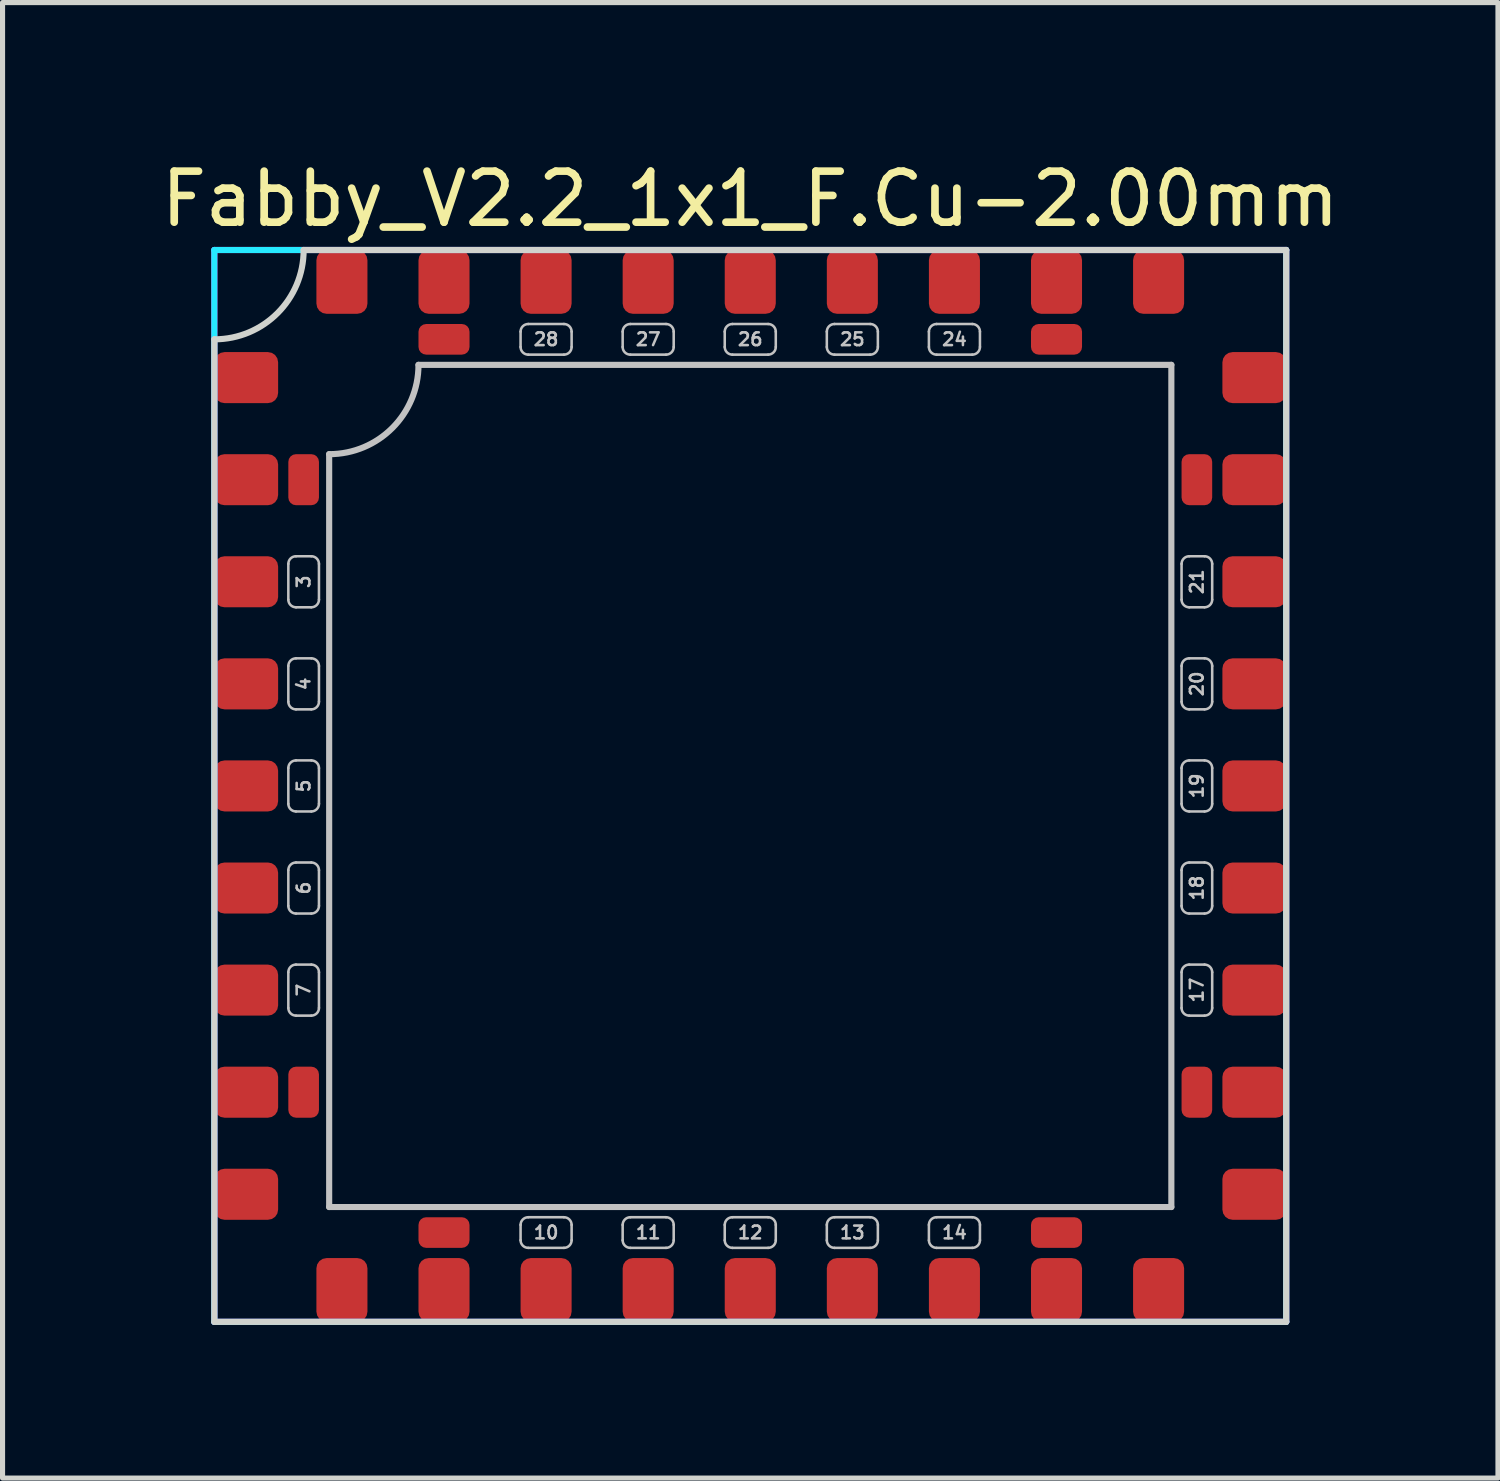
<source format=kicad_pcb>
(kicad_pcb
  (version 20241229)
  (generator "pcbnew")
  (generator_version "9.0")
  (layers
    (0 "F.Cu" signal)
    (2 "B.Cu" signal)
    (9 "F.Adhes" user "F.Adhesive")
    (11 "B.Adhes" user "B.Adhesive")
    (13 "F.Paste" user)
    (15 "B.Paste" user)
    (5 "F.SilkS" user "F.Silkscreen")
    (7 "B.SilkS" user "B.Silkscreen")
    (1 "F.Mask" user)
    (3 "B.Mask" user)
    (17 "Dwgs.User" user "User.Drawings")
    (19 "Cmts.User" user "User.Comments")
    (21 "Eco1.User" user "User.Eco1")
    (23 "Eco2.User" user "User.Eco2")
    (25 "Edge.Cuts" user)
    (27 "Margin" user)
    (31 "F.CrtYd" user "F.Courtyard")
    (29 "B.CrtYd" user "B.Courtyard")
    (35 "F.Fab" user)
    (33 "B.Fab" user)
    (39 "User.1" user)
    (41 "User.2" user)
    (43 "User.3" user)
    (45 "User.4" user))
  (footprint "Fabby_V2.2_1x1_F.Cu-2.00mm"
    (layer "F.Cu")
    (at 11.649 12.348)
    (property "Reference" "Fabby_V2.2_1x1_F.Cu-2.00mm" (at 0 -11.5 0) (layer "F.SilkS") (effects (font (size 1 1) (thickness 0.15))))
    (attr through_hole)
    (fp_line (start -9.05 -3.65) (end -9.05 -4.35) (stroke (width 0.05) (type solid)) (layer "Dwgs.User"))
    (fp_line (start -9.05 -1.65) (end -9.05 -2.35) (stroke (width 0.05) (type solid)) (layer "Dwgs.User"))
    (fp_line (start -9.05 0.35) (end -9.05 -0.35) (stroke (width 0.05) (type solid)) (layer "Dwgs.User"))
    (fp_line (start -9.05 2.35) (end -9.05 1.65) (stroke (width 0.05) (type solid)) (layer "Dwgs.User"))
    (fp_line (start -9.05 4.35) (end -9.05 3.65) (stroke (width 0.05) (type solid)) (layer "Dwgs.User"))
    (fp_line (start -8.9 -4.5) (end -8.6 -4.5) (stroke (width 0.05) (type solid)) (layer "Dwgs.User"))
    (fp_line (start -8.9 -3.5) (end -8.6 -3.5) (stroke (width 0.05) (type solid)) (layer "Dwgs.User"))
    (fp_line (start -8.9 -2.5) (end -8.6 -2.5) (stroke (width 0.05) (type solid)) (layer "Dwgs.User"))
    (fp_line (start -8.9 -1.5) (end -8.6 -1.5) (stroke (width 0.05) (type solid)) (layer "Dwgs.User"))
    (fp_line (start -8.9 -0.5) (end -8.6 -0.5) (stroke (width 0.05) (type solid)) (layer "Dwgs.User"))
    (fp_line (start -8.9 0.5) (end -8.6 0.5) (stroke (width 0.05) (type solid)) (layer "Dwgs.User"))
    (fp_line (start -8.9 1.5) (end -8.6 1.5) (stroke (width 0.05) (type solid)) (layer "Dwgs.User"))
    (fp_line (start -8.9 2.5) (end -8.6 2.5) (stroke (width 0.05) (type solid)) (layer "Dwgs.User"))
    (fp_line (start -8.9 3.5) (end -8.6 3.5) (stroke (width 0.05) (type solid)) (layer "Dwgs.User"))
    (fp_line (start -8.9 4.5) (end -8.6 4.5) (stroke (width 0.05) (type solid)) (layer "Dwgs.User"))
    (fp_line (start -8.45 -3.65) (end -8.45 -4.35) (stroke (width 0.05) (type solid)) (layer "Dwgs.User"))
    (fp_line (start -8.45 -1.65) (end -8.45 -2.35) (stroke (width 0.05) (type solid)) (layer "Dwgs.User"))
    (fp_line (start -8.45 0.35) (end -8.45 -0.35) (stroke (width 0.05) (type solid)) (layer "Dwgs.User"))
    (fp_line (start -8.45 2.35) (end -8.45 1.65) (stroke (width 0.05) (type solid)) (layer "Dwgs.User"))
    (fp_line (start -8.45 4.35) (end -8.45 3.65) (stroke (width 0.05) (type solid)) (layer "Dwgs.User"))
    (fp_line (start -8.25 8.25) (end -8.25 -6.5) (stroke (width 0.12) (type solid)) (layer "Dwgs.User"))
    (fp_line (start -6.5 -8.25) (end 8.25 -8.25) (stroke (width 0.12) (type solid)) (layer "Dwgs.User"))
    (fp_line (start -4.5 -8.9) (end -4.5 -8.6) (stroke (width 0.05) (type solid)) (layer "Dwgs.User"))
    (fp_line (start -4.5 8.6) (end -4.5 8.9) (stroke (width 0.05) (type solid)) (layer "Dwgs.User"))
    (fp_line (start -4.35 -9.05) (end -3.65 -9.05) (stroke (width 0.05) (type solid)) (layer "Dwgs.User"))
    (fp_line (start -4.35 -8.45) (end -3.65 -8.45) (stroke (width 0.05) (type solid)) (layer "Dwgs.User"))
    (fp_line (start -4.35 8.45) (end -3.65 8.45) (stroke (width 0.05) (type solid)) (layer "Dwgs.User"))
    (fp_line (start -4.35 9.05) (end -3.65 9.05) (stroke (width 0.05) (type solid)) (layer "Dwgs.User"))
    (fp_line (start -3.5 -8.9) (end -3.5 -8.6) (stroke (width 0.05) (type solid)) (layer "Dwgs.User"))
    (fp_line (start -3.5 8.6) (end -3.5 8.9) (stroke (width 0.05) (type solid)) (layer "Dwgs.User"))
    (fp_line (start -2.5 -8.9) (end -2.5 -8.6) (stroke (width 0.05) (type solid)) (layer "Dwgs.User"))
    (fp_line (start -2.5 8.6) (end -2.5 8.9) (stroke (width 0.05) (type solid)) (layer "Dwgs.User"))
    (fp_line (start -2.35 -9.05) (end -1.65 -9.05) (stroke (width 0.05) (type solid)) (layer "Dwgs.User"))
    (fp_line (start -2.35 -8.45) (end -1.65 -8.45) (stroke (width 0.05) (type solid)) (layer "Dwgs.User"))
    (fp_line (start -2.35 8.45) (end -1.65 8.45) (stroke (width 0.05) (type solid)) (layer "Dwgs.User"))
    (fp_line (start -2.35 9.05) (end -1.65 9.05) (stroke (width 0.05) (type solid)) (layer "Dwgs.User"))
    (fp_line (start -1.5 -8.9) (end -1.5 -8.6) (stroke (width 0.05) (type solid)) (layer "Dwgs.User"))
    (fp_line (start -1.5 8.6) (end -1.5 8.9) (stroke (width 0.05) (type solid)) (layer "Dwgs.User"))
    (fp_line (start -0.5 -8.9) (end -0.5 -8.6) (stroke (width 0.05) (type solid)) (layer "Dwgs.User"))
    (fp_line (start -0.5 8.6) (end -0.5 8.9) (stroke (width 0.05) (type solid)) (layer "Dwgs.User"))
    (fp_line (start -0.35 -9.05) (end 0.35 -9.05) (stroke (width 0.05) (type solid)) (layer "Dwgs.User"))
    (fp_line (start -0.35 -8.45) (end 0.35 -8.45) (stroke (width 0.05) (type solid)) (layer "Dwgs.User"))
    (fp_line (start -0.35 8.45) (end 0.35 8.45) (stroke (width 0.05) (type solid)) (layer "Dwgs.User"))
    (fp_line (start -0.35 9.05) (end 0.35 9.05) (stroke (width 0.05) (type solid)) (layer "Dwgs.User"))
    (fp_line (start 0.5 -8.9) (end 0.5 -8.6) (stroke (width 0.05) (type solid)) (layer "Dwgs.User"))
    (fp_line (start 0.5 8.6) (end 0.5 8.9) (stroke (width 0.05) (type solid)) (layer "Dwgs.User"))
    (fp_line (start 1.5 -8.9) (end 1.5 -8.6) (stroke (width 0.05) (type solid)) (layer "Dwgs.User"))
    (fp_line (start 1.5 8.6) (end 1.5 8.9) (stroke (width 0.05) (type solid)) (layer "Dwgs.User"))
    (fp_line (start 1.65 -9.05) (end 2.35 -9.05) (stroke (width 0.05) (type solid)) (layer "Dwgs.User"))
    (fp_line (start 1.65 -8.45) (end 2.35 -8.45) (stroke (width 0.05) (type solid)) (layer "Dwgs.User"))
    (fp_line (start 1.65 8.45) (end 2.35 8.45) (stroke (width 0.05) (type solid)) (layer "Dwgs.User"))
    (fp_line (start 1.65 9.05) (end 2.35 9.05) (stroke (width 0.05) (type solid)) (layer "Dwgs.User"))
    (fp_line (start 2.5 -8.9) (end 2.5 -8.6) (stroke (width 0.05) (type solid)) (layer "Dwgs.User"))
    (fp_line (start 2.5 8.6) (end 2.5 8.9) (stroke (width 0.05) (type solid)) (layer "Dwgs.User"))
    (fp_line (start 3.5 -8.9) (end 3.5 -8.6) (stroke (width 0.05) (type solid)) (layer "Dwgs.User"))
    (fp_line (start 3.5 8.6) (end 3.5 8.9) (stroke (width 0.05) (type solid)) (layer "Dwgs.User"))
    (fp_line (start 3.65 -9.05) (end 4.35 -9.05) (stroke (width 0.05) (type solid)) (layer "Dwgs.User"))
    (fp_line (start 3.65 -8.45) (end 4.35 -8.45) (stroke (width 0.05) (type solid)) (layer "Dwgs.User"))
    (fp_line (start 3.65 8.45) (end 4.35 8.45) (stroke (width 0.05) (type solid)) (layer "Dwgs.User"))
    (fp_line (start 3.65 9.05) (end 4.35 9.05) (stroke (width 0.05) (type solid)) (layer "Dwgs.User"))
    (fp_line (start 4.5 -8.9) (end 4.5 -8.6) (stroke (width 0.05) (type solid)) (layer "Dwgs.User"))
    (fp_line (start 4.5 8.6) (end 4.5 8.9) (stroke (width 0.05) (type solid)) (layer "Dwgs.User"))
    (fp_line (start 8.25 -8.25) (end 8.25 8.25) (stroke (width 0.12) (type solid)) (layer "Dwgs.User"))
    (fp_line (start 8.25 8.25) (end -8.25 8.25) (stroke (width 0.12) (type solid)) (layer "Dwgs.User"))
    (fp_line (start 8.45 -4.35) (end 8.45 -3.65) (stroke (width 0.05) (type solid)) (layer "Dwgs.User"))
    (fp_line (start 8.45 -2.35) (end 8.45 -1.65) (stroke (width 0.05) (type solid)) (layer "Dwgs.User"))
    (fp_line (start 8.45 -0.35) (end 8.45 0.35) (stroke (width 0.05) (type solid)) (layer "Dwgs.User"))
    (fp_line (start 8.45 1.65) (end 8.45 2.35) (stroke (width 0.05) (type solid)) (layer "Dwgs.User"))
    (fp_line (start 8.45 3.65) (end 8.45 4.35) (stroke (width 0.05) (type solid)) (layer "Dwgs.User"))
    (fp_line (start 8.9 -4.5) (end 8.6 -4.5) (stroke (width 0.05) (type solid)) (layer "Dwgs.User"))
    (fp_line (start 8.9 -3.5) (end 8.6 -3.5) (stroke (width 0.05) (type solid)) (layer "Dwgs.User"))
    (fp_line (start 8.9 -2.5) (end 8.6 -2.5) (stroke (width 0.05) (type solid)) (layer "Dwgs.User"))
    (fp_line (start 8.9 -1.5) (end 8.6 -1.5) (stroke (width 0.05) (type solid)) (layer "Dwgs.User"))
    (fp_line (start 8.9 -0.5) (end 8.6 -0.5) (stroke (width 0.05) (type solid)) (layer "Dwgs.User"))
    (fp_line (start 8.9 0.5) (end 8.6 0.5) (stroke (width 0.05) (type solid)) (layer "Dwgs.User"))
    (fp_line (start 8.9 1.5) (end 8.6 1.5) (stroke (width 0.05) (type solid)) (layer "Dwgs.User"))
    (fp_line (start 8.9 2.5) (end 8.6 2.5) (stroke (width 0.05) (type solid)) (layer "Dwgs.User"))
    (fp_line (start 8.9 3.5) (end 8.6 3.5) (stroke (width 0.05) (type solid)) (layer "Dwgs.User"))
    (fp_line (start 8.9 4.5) (end 8.6 4.5) (stroke (width 0.05) (type solid)) (layer "Dwgs.User"))
    (fp_line (start 9.05 -4.35) (end 9.05 -3.65) (stroke (width 0.05) (type solid)) (layer "Dwgs.User"))
    (fp_line (start 9.05 -2.35) (end 9.05 -1.65) (stroke (width 0.05) (type solid)) (layer "Dwgs.User"))
    (fp_line (start 9.05 -0.35) (end 9.05 0.35) (stroke (width 0.05) (type solid)) (layer "Dwgs.User"))
    (fp_line (start 9.05 1.65) (end 9.05 2.35) (stroke (width 0.05) (type solid)) (layer "Dwgs.User"))
    (fp_line (start 9.05 3.65) (end 9.05 4.35) (stroke (width 0.05) (type solid)) (layer "Dwgs.User"))
    (fp_arc (start -9.05 -4.35) (mid -9.006066 -4.456066) (end -8.9 -4.5) (stroke (width 0.05) (type solid)) (layer "Dwgs.User"))
    (fp_arc (start -9.05 -2.35) (mid -9.006066 -2.456066) (end -8.9 -2.5) (stroke (width 0.05) (type solid)) (layer "Dwgs.User"))
    (fp_arc (start -9.05 -0.35) (mid -9.006066 -0.456066) (end -8.9 -0.5) (stroke (width 0.05) (type solid)) (layer "Dwgs.User"))
    (fp_arc (start -9.05 1.65) (mid -9.006066 1.543934) (end -8.9 1.5) (stroke (width 0.05) (type solid)) (layer "Dwgs.User"))
    (fp_arc (start -9.05 3.65) (mid -9.006066 3.543934) (end -8.9 3.5) (stroke (width 0.05) (type solid)) (layer "Dwgs.User"))
    (fp_arc (start -8.9 -3.5) (mid -9.006066 -3.543934) (end -9.05 -3.65) (stroke (width 0.05) (type solid)) (layer "Dwgs.User"))
    (fp_arc (start -8.9 -1.5) (mid -9.006066 -1.543934) (end -9.05 -1.65) (stroke (width 0.05) (type solid)) (layer "Dwgs.User"))
    (fp_arc (start -8.9 0.5) (mid -9.006066 0.456066) (end -9.05 0.35) (stroke (width 0.05) (type solid)) (layer "Dwgs.User"))
    (fp_arc (start -8.9 2.5) (mid -9.006066 2.456066) (end -9.05 2.35) (stroke (width 0.05) (type solid)) (layer "Dwgs.User"))
    (fp_arc (start -8.9 4.5) (mid -9.006066 4.456066) (end -9.05 4.35) (stroke (width 0.05) (type solid)) (layer "Dwgs.User"))
    (fp_arc (start -8.6 -4.5) (mid -8.493934 -4.456066) (end -8.45 -4.35) (stroke (width 0.05) (type solid)) (layer "Dwgs.User"))
    (fp_arc (start -8.6 -2.5) (mid -8.493934 -2.456066) (end -8.45 -2.35) (stroke (width 0.05) (type solid)) (layer "Dwgs.User"))
    (fp_arc (start -8.6 -0.5) (mid -8.493934 -0.456066) (end -8.45 -0.35) (stroke (width 0.05) (type solid)) (layer "Dwgs.User"))
    (fp_arc (start -8.6 1.5) (mid -8.493934 1.543934) (end -8.45 1.65) (stroke (width 0.05) (type solid)) (layer "Dwgs.User"))
    (fp_arc (start -8.6 3.5) (mid -8.493934 3.543934) (end -8.45 3.65) (stroke (width 0.05) (type solid)) (layer "Dwgs.User"))
    (fp_arc (start -8.45 -3.65) (mid -8.493934 -3.543934) (end -8.6 -3.5) (stroke (width 0.05) (type solid)) (layer "Dwgs.User"))
    (fp_arc (start -8.45 -1.65) (mid -8.493934 -1.543934) (end -8.6 -1.5) (stroke (width 0.05) (type solid)) (layer "Dwgs.User"))
    (fp_arc (start -8.45 0.35) (mid -8.493934 0.456066) (end -8.6 0.5) (stroke (width 0.05) (type solid)) (layer "Dwgs.User"))
    (fp_arc (start -8.45 2.35) (mid -8.493934 2.456066) (end -8.6 2.5) (stroke (width 0.05) (type solid)) (layer "Dwgs.User"))
    (fp_arc (start -8.45 4.35) (mid -8.493934 4.456066) (end -8.6 4.5) (stroke (width 0.05) (type solid)) (layer "Dwgs.User"))
    (fp_arc (start -6.5 -8.25) (mid -7.012563 -7.012563) (end -8.25 -6.5) (stroke (width 0.12) (type solid)) (layer "Dwgs.User"))
    (fp_arc (start -4.5 -8.9) (mid -4.456066 -9.006066) (end -4.35 -9.05) (stroke (width 0.05) (type solid)) (layer "Dwgs.User"))
    (fp_arc (start -4.5 8.6) (mid -4.456066 8.493934) (end -4.35 8.45) (stroke (width 0.05) (type solid)) (layer "Dwgs.User"))
    (fp_arc (start -4.35 -8.45) (mid -4.456066 -8.493934) (end -4.5 -8.6) (stroke (width 0.05) (type solid)) (layer "Dwgs.User"))
    (fp_arc (start -4.35 9.05) (mid -4.456066 9.006066) (end -4.5 8.9) (stroke (width 0.05) (type solid)) (layer "Dwgs.User"))
    (fp_arc (start -3.65 -9.05) (mid -3.543934 -9.006066) (end -3.5 -8.9) (stroke (width 0.05) (type solid)) (layer "Dwgs.User"))
    (fp_arc (start -3.65 8.45) (mid -3.543934 8.493934) (end -3.5 8.6) (stroke (width 0.05) (type solid)) (layer "Dwgs.User"))
    (fp_arc (start -3.5 -8.6) (mid -3.543934 -8.493934) (end -3.65 -8.45) (stroke (width 0.05) (type solid)) (layer "Dwgs.User"))
    (fp_arc (start -3.5 8.9) (mid -3.543934 9.006066) (end -3.65 9.05) (stroke (width 0.05) (type solid)) (layer "Dwgs.User"))
    (fp_arc (start -2.5 -8.9) (mid -2.456066 -9.006066) (end -2.35 -9.05) (stroke (width 0.05) (type solid)) (layer "Dwgs.User"))
    (fp_arc (start -2.5 8.6) (mid -2.456066 8.493934) (end -2.35 8.45) (stroke (width 0.05) (type solid)) (layer "Dwgs.User"))
    (fp_arc (start -2.35 -8.45) (mid -2.456066 -8.493934) (end -2.5 -8.6) (stroke (width 0.05) (type solid)) (layer "Dwgs.User"))
    (fp_arc (start -2.35 9.05) (mid -2.456066 9.006066) (end -2.5 8.9) (stroke (width 0.05) (type solid)) (layer "Dwgs.User"))
    (fp_arc (start -1.65 -9.05) (mid -1.543934 -9.006066) (end -1.5 -8.9) (stroke (width 0.05) (type solid)) (layer "Dwgs.User"))
    (fp_arc (start -1.65 8.45) (mid -1.543934 8.493934) (end -1.5 8.6) (stroke (width 0.05) (type solid)) (layer "Dwgs.User"))
    (fp_arc (start -1.5 -8.6) (mid -1.543934 -8.493934) (end -1.65 -8.45) (stroke (width 0.05) (type solid)) (layer "Dwgs.User"))
    (fp_arc (start -1.5 8.9) (mid -1.543934 9.006066) (end -1.65 9.05) (stroke (width 0.05) (type solid)) (layer "Dwgs.User"))
    (fp_arc (start -0.5 -8.9) (mid -0.456066 -9.006066) (end -0.35 -9.05) (stroke (width 0.05) (type solid)) (layer "Dwgs.User"))
    (fp_arc (start -0.5 8.6) (mid -0.456066 8.493934) (end -0.35 8.45) (stroke (width 0.05) (type solid)) (layer "Dwgs.User"))
    (fp_arc (start -0.35 -8.45) (mid -0.456066 -8.493934) (end -0.5 -8.6) (stroke (width 0.05) (type solid)) (layer "Dwgs.User"))
    (fp_arc (start -0.35 9.05) (mid -0.456066 9.006066) (end -0.5 8.9) (stroke (width 0.05) (type solid)) (layer "Dwgs.User"))
    (fp_arc (start 0.35 -9.05) (mid 0.456066 -9.006066) (end 0.5 -8.9) (stroke (width 0.05) (type solid)) (layer "Dwgs.User"))
    (fp_arc (start 0.35 8.45) (mid 0.456066 8.493934) (end 0.5 8.6) (stroke (width 0.05) (type solid)) (layer "Dwgs.User"))
    (fp_arc (start 0.5 -8.6) (mid 0.456066 -8.493934) (end 0.35 -8.45) (stroke (width 0.05) (type solid)) (layer "Dwgs.User"))
    (fp_arc (start 0.5 8.9) (mid 0.456066 9.006066) (end 0.35 9.05) (stroke (width 0.05) (type solid)) (layer "Dwgs.User"))
    (fp_arc (start 1.5 -8.9) (mid 1.543934 -9.006066) (end 1.65 -9.05) (stroke (width 0.05) (type solid)) (layer "Dwgs.User"))
    (fp_arc (start 1.5 8.6) (mid 1.543934 8.493934) (end 1.65 8.45) (stroke (width 0.05) (type solid)) (layer "Dwgs.User"))
    (fp_arc (start 1.65 -8.45) (mid 1.543934 -8.493934) (end 1.5 -8.6) (stroke (width 0.05) (type solid)) (layer "Dwgs.User"))
    (fp_arc (start 1.65 9.05) (mid 1.543934 9.006066) (end 1.5 8.9) (stroke (width 0.05) (type solid)) (layer "Dwgs.User"))
    (fp_arc (start 2.35 -9.05) (mid 2.456066 -9.006066) (end 2.5 -8.9) (stroke (width 0.05) (type solid)) (layer "Dwgs.User"))
    (fp_arc (start 2.35 8.45) (mid 2.456066 8.493934) (end 2.5 8.6) (stroke (width 0.05) (type solid)) (layer "Dwgs.User"))
    (fp_arc (start 2.5 -8.6) (mid 2.456066 -8.493934) (end 2.35 -8.45) (stroke (width 0.05) (type solid)) (layer "Dwgs.User"))
    (fp_arc (start 2.5 8.9) (mid 2.456066 9.006066) (end 2.35 9.05) (stroke (width 0.05) (type solid)) (layer "Dwgs.User"))
    (fp_arc (start 3.5 -8.9) (mid 3.543934 -9.006066) (end 3.65 -9.05) (stroke (width 0.05) (type solid)) (layer "Dwgs.User"))
    (fp_arc (start 3.5 8.6) (mid 3.543934 8.493934) (end 3.65 8.45) (stroke (width 0.05) (type solid)) (layer "Dwgs.User"))
    (fp_arc (start 3.65 -8.45) (mid 3.543934 -8.493934) (end 3.5 -8.6) (stroke (width 0.05) (type solid)) (layer "Dwgs.User"))
    (fp_arc (start 3.65 9.05) (mid 3.543934 9.006066) (end 3.5 8.9) (stroke (width 0.05) (type solid)) (layer "Dwgs.User"))
    (fp_arc (start 4.35 -9.05) (mid 4.456066 -9.006066) (end 4.5 -8.9) (stroke (width 0.05) (type solid)) (layer "Dwgs.User"))
    (fp_arc (start 4.35 8.45) (mid 4.456066 8.493934) (end 4.5 8.6) (stroke (width 0.05) (type solid)) (layer "Dwgs.User"))
    (fp_arc (start 4.5 -8.6) (mid 4.456066 -8.493934) (end 4.35 -8.45) (stroke (width 0.05) (type solid)) (layer "Dwgs.User"))
    (fp_arc (start 4.5 8.9) (mid 4.456066 9.006066) (end 4.35 9.05) (stroke (width 0.05) (type solid)) (layer "Dwgs.User"))
    (fp_arc (start 8.45 -4.35) (mid 8.493934 -4.456066) (end 8.6 -4.5) (stroke (width 0.05) (type solid)) (layer "Dwgs.User"))
    (fp_arc (start 8.45 -2.35) (mid 8.493934 -2.456066) (end 8.6 -2.5) (stroke (width 0.05) (type solid)) (layer "Dwgs.User"))
    (fp_arc (start 8.45 -0.35) (mid 8.493934 -0.456066) (end 8.6 -0.5) (stroke (width 0.05) (type solid)) (layer "Dwgs.User"))
    (fp_arc (start 8.45 1.65) (mid 8.493934 1.543934) (end 8.6 1.5) (stroke (width 0.05) (type solid)) (layer "Dwgs.User"))
    (fp_arc (start 8.45 3.65) (mid 8.493934 3.543934) (end 8.6 3.5) (stroke (width 0.05) (type solid)) (layer "Dwgs.User"))
    (fp_arc (start 8.6 -3.5) (mid 8.493934 -3.543934) (end 8.45 -3.65) (stroke (width 0.05) (type solid)) (layer "Dwgs.User"))
    (fp_arc (start 8.6 -1.5) (mid 8.493934 -1.543934) (end 8.45 -1.65) (stroke (width 0.05) (type solid)) (layer "Dwgs.User"))
    (fp_arc (start 8.6 0.5) (mid 8.493934 0.456066) (end 8.45 0.35) (stroke (width 0.05) (type solid)) (layer "Dwgs.User"))
    (fp_arc (start 8.6 2.5) (mid 8.493934 2.456066) (end 8.45 2.35) (stroke (width 0.05) (type solid)) (layer "Dwgs.User"))
    (fp_arc (start 8.6 4.5) (mid 8.493934 4.456066) (end 8.45 4.35) (stroke (width 0.05) (type solid)) (layer "Dwgs.User"))
    (fp_arc (start 8.9 -4.5) (mid 9.006066 -4.456066) (end 9.05 -4.35) (stroke (width 0.05) (type solid)) (layer "Dwgs.User"))
    (fp_arc (start 8.9 -2.5) (mid 9.006066 -2.456066) (end 9.05 -2.35) (stroke (width 0.05) (type solid)) (layer "Dwgs.User"))
    (fp_arc (start 8.9 -0.5) (mid 9.006066 -0.456066) (end 9.05 -0.35) (stroke (width 0.05) (type solid)) (layer "Dwgs.User"))
    (fp_arc (start 8.9 1.5) (mid 9.006066 1.543934) (end 9.05 1.65) (stroke (width 0.05) (type solid)) (layer "Dwgs.User"))
    (fp_arc (start 8.9 3.5) (mid 9.006066 3.543934) (end 9.05 3.65) (stroke (width 0.05) (type solid)) (layer "Dwgs.User"))
    (fp_arc (start 9.05 -3.65) (mid 9.006066 -3.543934) (end 8.9 -3.5) (stroke (width 0.05) (type solid)) (layer "Dwgs.User"))
    (fp_arc (start 9.05 -1.65) (mid 9.006066 -1.543934) (end 8.9 -1.5) (stroke (width 0.05) (type solid)) (layer "Dwgs.User"))
    (fp_arc (start 9.05 0.35) (mid 9.006066 0.456066) (end 8.9 0.5) (stroke (width 0.05) (type solid)) (layer "Dwgs.User"))
    (fp_arc (start 9.05 2.35) (mid 9.006066 2.456066) (end 8.9 2.5) (stroke (width 0.05) (type solid)) (layer "Dwgs.User"))
    (fp_arc (start 9.05 4.35) (mid 9.006066 4.456066) (end 8.9 4.5) (stroke (width 0.05) (type solid)) (layer "Dwgs.User"))
    (fp_line (start -10.5 -8.75) (end -10.5 10.5) (stroke (width 0.12) (type solid)) (layer "Edge.Cuts"))
    (fp_line (start -10.5 10.5) (end 10.5 10.5) (stroke (width 0.12) (type solid)) (layer "Edge.Cuts"))
    (fp_line (start -8.75 -10.5) (end 10.5 -10.5) (stroke (width 0.12) (type solid)) (layer "Edge.Cuts"))
    (fp_line (start 10.5 -10.5) (end 10.5 10.5) (stroke (width 0.12) (type solid)) (layer "Edge.Cuts"))
    (fp_arc (start -8.75 -10.5) (mid -9.262563 -9.262563) (end -10.5 -8.75) (stroke (width 0.12) (type solid)) (layer "Edge.Cuts"))
    (fp_line (start -10.5 -10.5) (end 10.5 -10.5) (stroke (width 0.12) (type solid)) (layer "B.CrtYd"))
    (fp_line (start -10.5 10.5) (end -10.5 -10.5) (stroke (width 0.12) (type solid)) (layer "B.CrtYd"))
    (fp_line (start -10.5 10.5) (end 10.5 10.5) (stroke (width 0.12) (type solid)) (layer "B.CrtYd"))
    (fp_line (start 10.5 10.5) (end 10.5 -10.5) (stroke (width 0.12) (type solid)) (layer "B.CrtYd"))
    (fp_line (start -10.5 -10.5) (end 10.5 -10.5) (stroke (width 0.12) (type solid)) (layer "F.CrtYd"))
    (fp_line (start -10.5 10.5) (end -10.5 -10.5) (stroke (width 0.12) (type solid)) (layer "F.CrtYd"))
    (fp_line (start -10.5 10.5) (end 10.5 10.5) (stroke (width 0.12) (type solid)) (layer "F.CrtYd"))
    (fp_line (start 10.5 10.5) (end 10.5 -10.5) (stroke (width 0.12) (type solid)) (layer "F.CrtYd"))
    (fp_text user "28" (at -4 -8.75 0) (layer "Dwgs.User") (effects (font (size 0.25 0.25) (thickness 0.05))))
    (fp_text user "3" (at -8.75 -4 90) (layer "Dwgs.User") (effects (font (size 0.25 0.25) (thickness 0.05))))
    (fp_text user "12" (at 0 8.75 0) (layer "Dwgs.User") (effects (font (size 0.25 0.25) (thickness 0.05))))
    (fp_text user "14" (at 4 8.75 0) (layer "Dwgs.User") (effects (font (size 0.25 0.25) (thickness 0.05))))
    (fp_text user "11" (at -2 8.75 0) (layer "Dwgs.User") (effects (font (size 0.25 0.25) (thickness 0.05))))
    (fp_text user "4" (at -8.75 -2 90) (layer "Dwgs.User") (effects (font (size 0.25 0.25) (thickness 0.05))))
    (fp_text user "27" (at -2 -8.75 0) (layer "Dwgs.User") (effects (font (size 0.25 0.25) (thickness 0.05))))
    (fp_text user "7" (at -8.75 4 90) (layer "Dwgs.User") (effects (font (size 0.25 0.25) (thickness 0.05))))
    (fp_text user "5" (at -8.75 0 90) (layer "Dwgs.User") (effects (font (size 0.25 0.25) (thickness 0.05))))
    (fp_text user "21" (at 8.75 -4 270) (layer "Dwgs.User") (effects (font (size 0.25 0.25) (thickness 0.05))))
    (fp_text user "24" (at 4 -8.75 0) (layer "Dwgs.User") (effects (font (size 0.25 0.25) (thickness 0.05))))
    (fp_text user "26" (at 0 -8.75 0) (layer "Dwgs.User") (effects (font (size 0.25 0.25) (thickness 0.05))))
    (fp_text user "25" (at 2 -8.75 0) (layer "Dwgs.User") (effects (font (size 0.25 0.25) (thickness 0.05))))
    (fp_text user "6" (at -8.75 2 90) (layer "Dwgs.User") (effects (font (size 0.25 0.25) (thickness 0.05))))
    (fp_text user "19" (at 8.75 0 270) (layer "Dwgs.User") (effects (font (size 0.25 0.25) (thickness 0.05))))
    (fp_text user "20" (at 8.75 -2 270) (layer "Dwgs.User") (effects (font (size 0.25 0.25) (thickness 0.05))))
    (fp_text user "13" (at 2 8.75 0) (layer "Dwgs.User") (effects (font (size 0.25 0.25) (thickness 0.05))))
    (fp_text user "17" (at 8.75 4 270) (layer "Dwgs.User") (effects (font (size 0.25 0.25) (thickness 0.05))))
    (fp_text user "18" (at 8.75 2 270) (layer "Dwgs.User") (effects (font (size 0.25 0.25) (thickness 0.05))))
    (fp_text user "10" (at -4 8.75 0) (layer "Dwgs.User") (effects (font (size 0.25 0.25) (thickness 0.05))))
    (pad "" smd roundrect (at -10 -6 90) (size 1 1.25) (drill (offset 0 0.125)) (layers "F.Cu" "F.Mask" "F.Paste") (roundrect_rratio 0.2))
    (pad "" smd roundrect (at -10 6 90) (size 1 1.25) (drill (offset 0 0.125)) (layers "F.Cu" "F.Mask" "F.Paste") (roundrect_rratio 0.2))
    (pad "" smd roundrect (at -6 -10) (size 1 1.25) (drill (offset 0 0.125)) (layers "F.Cu" "F.Mask" "F.Paste") (roundrect_rratio 0.2))
    (pad "" smd roundrect (at -6 10 180) (size 1 1.25) (drill (offset 0 0.125)) (layers "F.Cu" "F.Mask" "F.Paste") (roundrect_rratio 0.2))
    (pad "" smd roundrect (at 6 -10) (size 1 1.25) (drill (offset 0 0.125)) (layers "F.Cu" "F.Mask" "F.Paste") (roundrect_rratio 0.2))
    (pad "" smd roundrect (at 6 10 180) (size 1 1.25) (drill (offset 0 0.125)) (layers "F.Cu" "F.Mask" "F.Paste") (roundrect_rratio 0.2))
    (pad "" smd roundrect (at 10 -6 270) (size 1 1.25) (drill (offset 0 0.125)) (layers "F.Cu" "F.Mask" "F.Paste") (roundrect_rratio 0.2))
    (pad "" smd roundrect (at 10 6 270) (size 1 1.25) (drill (offset 0 0.125)) (layers "F.Cu" "F.Mask" "F.Paste") (roundrect_rratio 0.2))
    (pad "1" smd roundrect (at -10 -8 90) (size 1 1.25) (drill (offset 0 0.125)) (layers "F.Cu" "F.Mask" "F.Paste") (roundrect_rratio 0.2))
    (pad "1" smd roundrect (at -10 8 90) (size 1 1.25) (drill (offset 0 0.125)) (layers "F.Cu" "F.Mask" "F.Paste") (roundrect_rratio 0.2))
    (pad "1" smd roundrect (at -8 -10) (size 1 1.25) (drill (offset 0 0.125)) (layers "F.Cu" "F.Mask" "F.Paste") (roundrect_rratio 0.2))
    (pad "1" smd roundrect (at -8 10 180) (size 1 1.25) (drill (offset 0 0.125)) (layers "F.Cu" "F.Mask" "F.Paste") (roundrect_rratio 0.2))
    (pad "1" smd roundrect (at 8 -10) (size 1 1.25) (drill (offset 0 0.125)) (layers "F.Cu" "F.Mask" "F.Paste") (roundrect_rratio 0.2))
    (pad "1" smd roundrect (at 8 10 180) (size 1 1.25) (drill (offset 0 0.125)) (layers "F.Cu" "F.Mask" "F.Paste") (roundrect_rratio 0.2))
    (pad "1" smd roundrect (at 10 -8 270) (size 1 1.25) (drill (offset 0 0.125)) (layers "F.Cu" "F.Mask" "F.Paste") (roundrect_rratio 0.2))
    (pad "1" smd roundrect (at 10 8 270) (size 1 1.25) (drill (offset 0 0.125)) (layers "F.Cu" "F.Mask" "F.Paste") (roundrect_rratio 0.2))
    (pad "2" smd roundrect (at -8.75 -6) (size 0.6 1) (layers "F.Cu" "F.Mask" "F.Paste") (roundrect_rratio 0.25))
    (pad "3" smd roundrect (at -10 -4 90) (size 1 1.25) (drill (offset 0 0.125)) (layers "F.Cu" "F.Mask" "F.Paste") (roundrect_rratio 0.2))
    (pad "4" smd roundrect (at -10 -2 90) (size 1 1.25) (drill (offset 0 0.125)) (layers "F.Cu" "F.Mask" "F.Paste") (roundrect_rratio 0.2))
    (pad "5" smd roundrect (at -10 0 90) (size 1 1.25) (drill (offset 0 0.125)) (layers "F.Cu" "F.Mask" "F.Paste") (roundrect_rratio 0.2))
    (pad "6" smd roundrect (at -10 2 90) (size 1 1.25) (drill (offset 0 0.125)) (layers "F.Cu" "F.Mask" "F.Paste") (roundrect_rratio 0.2))
    (pad "7" smd roundrect (at -10 4 90) (size 1 1.25) (drill (offset 0 0.125)) (layers "F.Cu" "F.Mask" "F.Paste") (roundrect_rratio 0.2))
    (pad "8" smd roundrect (at -8.75 6) (size 0.6 1) (layers "F.Cu" "F.Mask" "F.Paste") (roundrect_rratio 0.25))
    (pad "9" smd roundrect (at -6 8.75 90) (size 0.6 1) (layers "F.Cu" "F.Mask" "F.Paste") (roundrect_rratio 0.25))
    (pad "10" smd roundrect (at -4 10 180) (size 1 1.25) (drill (offset 0 0.125)) (layers "F.Cu" "F.Mask" "F.Paste") (roundrect_rratio 0.2))
    (pad "11" smd roundrect (at -2 10 180) (size 1 1.25) (drill (offset 0 0.125)) (layers "F.Cu" "F.Mask" "F.Paste") (roundrect_rratio 0.2))
    (pad "12" smd roundrect (at 0 10 180) (size 1 1.25) (drill (offset 0 0.125)) (layers "F.Cu" "F.Mask" "F.Paste") (roundrect_rratio 0.2))
    (pad "13" smd roundrect (at 2 10 180) (size 1 1.25) (drill (offset 0 0.125)) (layers "F.Cu" "F.Mask" "F.Paste") (roundrect_rratio 0.2))
    (pad "14" smd roundrect (at 4 10 180) (size 1 1.25) (drill (offset 0 0.125)) (layers "F.Cu" "F.Mask" "F.Paste") (roundrect_rratio 0.2))
    (pad "15" smd roundrect (at 6 8.75 90) (size 0.6 1) (layers "F.Cu" "F.Mask" "F.Paste") (roundrect_rratio 0.25))
    (pad "16" smd roundrect (at 8.75 6 180) (size 0.6 1) (layers "F.Cu" "F.Mask" "F.Paste") (roundrect_rratio 0.25))
    (pad "17" smd roundrect (at 10 4 270) (size 1 1.25) (drill (offset 0 0.125)) (layers "F.Cu" "F.Mask" "F.Paste") (roundrect_rratio 0.2))
    (pad "18" smd roundrect (at 10 2 270) (size 1 1.25) (drill (offset 0 0.125)) (layers "F.Cu" "F.Mask" "F.Paste") (roundrect_rratio 0.2))
    (pad "19" smd roundrect (at 10 0 270) (size 1 1.25) (drill (offset 0 0.125)) (layers "F.Cu" "F.Mask" "F.Paste") (roundrect_rratio 0.2))
    (pad "20" smd roundrect (at 10 -2 270) (size 1 1.25) (drill (offset 0 0.125)) (layers "F.Cu" "F.Mask" "F.Paste") (roundrect_rratio 0.2))
    (pad "21" smd roundrect (at 10 -4 270) (size 1 1.25) (drill (offset 0 0.125)) (layers "F.Cu" "F.Mask" "F.Paste") (roundrect_rratio 0.2))
    (pad "22" smd roundrect (at 8.75 -6 180) (size 0.6 1) (layers "F.Cu" "F.Mask" "F.Paste") (roundrect_rratio 0.25))
    (pad "23" smd roundrect (at 6 -8.75 270) (size 0.6 1) (layers "F.Cu" "F.Mask" "F.Paste") (roundrect_rratio 0.25))
    (pad "24" smd roundrect (at 4 -10) (size 1 1.25) (drill (offset 0 0.125)) (layers "F.Cu" "F.Mask" "F.Paste") (roundrect_rratio 0.2))
    (pad "25" smd roundrect (at 2 -10) (size 1 1.25) (drill (offset 0 0.125)) (layers "F.Cu" "F.Mask" "F.Paste") (roundrect_rratio 0.2))
    (pad "26" smd roundrect (at 0 -10) (size 1 1.25) (drill (offset 0 0.125)) (layers "F.Cu" "F.Mask" "F.Paste") (roundrect_rratio 0.2))
    (pad "27" smd roundrect (at -2 -10) (size 1 1.25) (drill (offset 0 0.125)) (layers "F.Cu" "F.Mask" "F.Paste") (roundrect_rratio 0.2))
    (pad "28" smd roundrect (at -4 -10) (size 1 1.25) (drill (offset 0 0.125)) (layers "F.Cu" "F.Mask" "F.Paste") (roundrect_rratio 0.2))
    (pad "29" smd roundrect (at -6 -8.75 270) (size 0.6 1) (layers "F.Cu" "F.Mask" "F.Paste") (roundrect_rratio 0.25)))
  (gr_rect
    (start -3 -3)
    (end 26.298 25.908)
    (stroke (width 0.1) (type default))
    (fill no)
    (layer "Edge.Cuts")))
</source>
